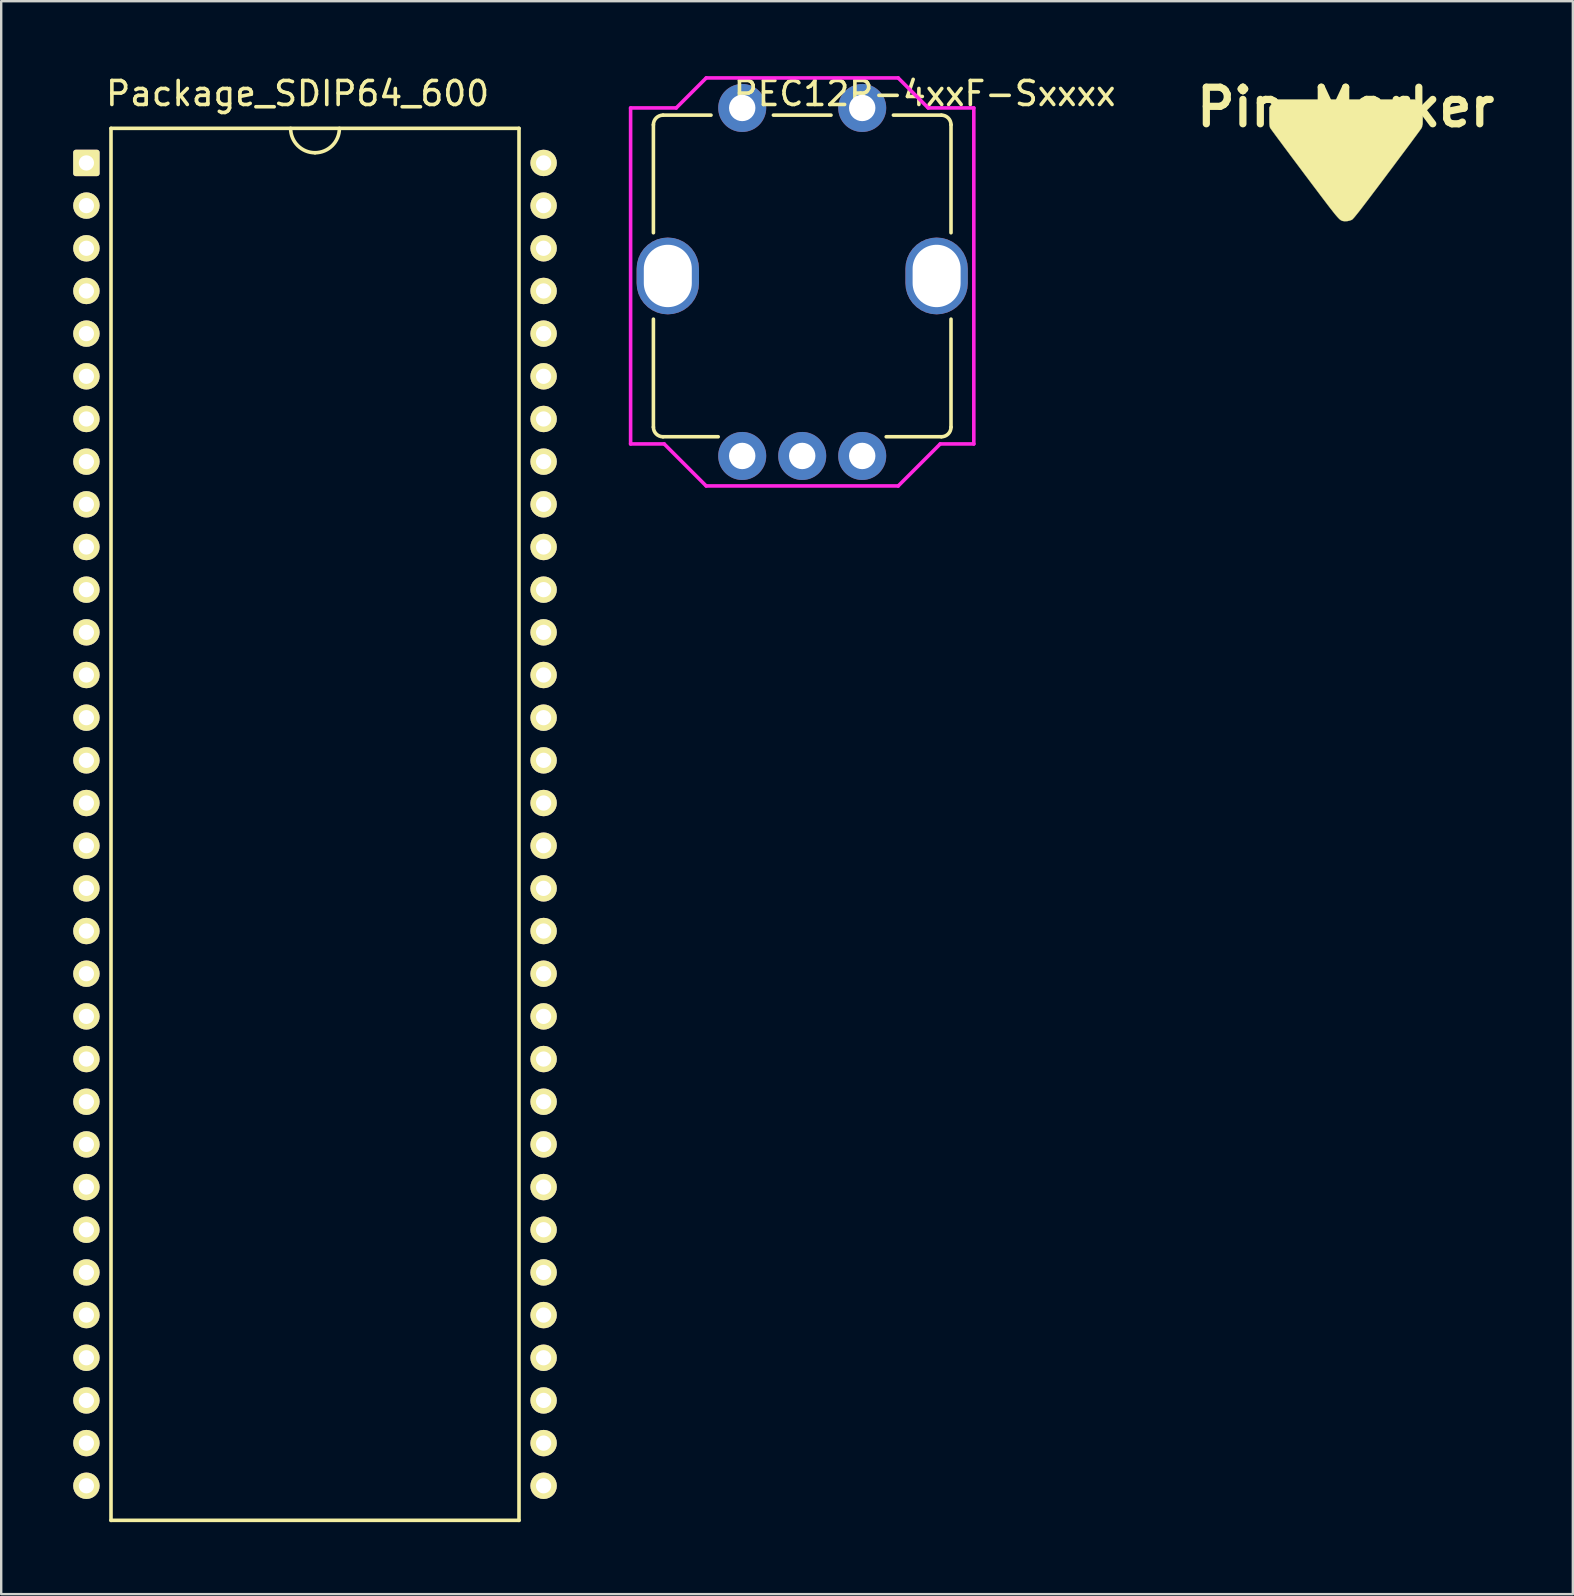
<source format=kicad_pcb>
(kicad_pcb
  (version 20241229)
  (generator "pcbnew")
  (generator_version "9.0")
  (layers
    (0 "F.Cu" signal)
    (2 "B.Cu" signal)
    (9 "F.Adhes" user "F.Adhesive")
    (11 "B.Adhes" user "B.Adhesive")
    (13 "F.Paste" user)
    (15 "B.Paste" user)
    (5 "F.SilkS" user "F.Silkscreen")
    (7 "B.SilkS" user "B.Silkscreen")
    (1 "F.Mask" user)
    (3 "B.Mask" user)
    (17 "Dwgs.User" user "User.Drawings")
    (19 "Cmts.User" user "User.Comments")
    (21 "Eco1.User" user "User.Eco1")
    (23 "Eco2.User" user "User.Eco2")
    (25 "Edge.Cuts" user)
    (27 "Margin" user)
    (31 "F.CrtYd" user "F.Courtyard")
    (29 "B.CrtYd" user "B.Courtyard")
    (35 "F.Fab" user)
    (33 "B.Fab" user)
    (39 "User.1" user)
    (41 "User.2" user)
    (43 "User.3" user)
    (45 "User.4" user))
  (footprint "Package_SDIP64_600"
    (layer "F.Cu")
    (at 10.075 31.298)
    (property "Reference" "Package_SDIP64_600" (at -8.8 -30.45 180) (layer "F.SilkS") (effects (font (size 1 1) (thickness 0.15)) (justify left)))
    (attr through_hole)
    (fp_line (start -8.5 -29) (end 8.5 -29) (stroke (width 0.15) (type solid)) (layer "F.SilkS"))
    (fp_line (start -8.5 29) (end -8.5 -29) (stroke (width 0.15) (type solid)) (layer "F.SilkS"))
    (fp_line (start 8.5 -29) (end 8.5 29) (stroke (width 0.15) (type solid)) (layer "F.SilkS"))
    (fp_line (start 8.5 29) (end -8.5 29) (stroke (width 0.15) (type solid)) (layer "F.SilkS"))
    (fp_arc (start 0 -27.984) (mid -0.71842 -28.28158) (end -1.016 -29) (stroke (width 0.15) (type solid)) (layer "F.SilkS"))
    (fp_arc (start 1.016 -29) (mid 0.71842 -28.28158) (end 0 -27.984) (stroke (width 0.15) (type solid)) (layer "F.SilkS"))
    (pad "1" thru_hole roundrect (at -9.525 -27.559 270) (size 1.1 1.1) (drill 0.635) (layers "*.Cu" "*.Mask" "F.SilkS") (roundrect_rratio 0.1))
    (pad "2" thru_hole circle (at -9.525 -25.781 270) (size 1.1 1.1) (drill 0.635) (layers "*.Cu" "*.Mask" "F.SilkS"))
    (pad "3" thru_hole circle (at -9.525 -24.003 270) (size 1.1 1.1) (drill 0.635) (layers "*.Cu" "*.Mask" "F.SilkS"))
    (pad "4" thru_hole circle (at -9.525 -22.225 270) (size 1.1 1.1) (drill 0.635) (layers "*.Cu" "*.Mask" "F.SilkS"))
    (pad "5" thru_hole circle (at -9.525 -20.447 270) (size 1.1 1.1) (drill 0.635) (layers "*.Cu" "*.Mask" "F.SilkS"))
    (pad "6" thru_hole circle (at -9.525 -18.669 270) (size 1.1 1.1) (drill 0.635) (layers "*.Cu" "*.Mask" "F.SilkS"))
    (pad "7" thru_hole circle (at -9.525 -16.891 270) (size 1.1 1.1) (drill 0.635) (layers "*.Cu" "*.Mask" "F.SilkS"))
    (pad "8" thru_hole circle (at -9.525 -15.113 270) (size 1.1 1.1) (drill 0.635) (layers "*.Cu" "*.Mask" "F.SilkS"))
    (pad "9" thru_hole circle (at -9.525 -13.335 270) (size 1.1 1.1) (drill 0.635) (layers "*.Cu" "*.Mask" "F.SilkS"))
    (pad "10" thru_hole circle (at -9.525 -11.557 270) (size 1.1 1.1) (drill 0.635) (layers "*.Cu" "*.Mask" "F.SilkS"))
    (pad "11" thru_hole circle (at -9.525 -9.779 270) (size 1.1 1.1) (drill 0.635) (layers "*.Cu" "*.Mask" "F.SilkS"))
    (pad "12" thru_hole circle (at -9.525 -8.001 270) (size 1.1 1.1) (drill 0.635) (layers "*.Cu" "*.Mask" "F.SilkS"))
    (pad "13" thru_hole circle (at -9.525 -6.223 270) (size 1.1 1.1) (drill 0.635) (layers "*.Cu" "*.Mask" "F.SilkS"))
    (pad "14" thru_hole circle (at -9.525 -4.445 270) (size 1.1 1.1) (drill 0.635) (layers "*.Cu" "*.Mask" "F.SilkS"))
    (pad "15" thru_hole circle (at -9.525 -2.667 270) (size 1.1 1.1) (drill 0.635) (layers "*.Cu" "*.Mask" "F.SilkS"))
    (pad "16" thru_hole circle (at -9.525 -0.889 270) (size 1.1 1.1) (drill 0.635) (layers "*.Cu" "*.Mask" "F.SilkS"))
    (pad "17" thru_hole circle (at -9.525 0.889 270) (size 1.1 1.1) (drill 0.635) (layers "*.Cu" "*.Mask" "F.SilkS"))
    (pad "18" thru_hole circle (at -9.525 2.667 270) (size 1.1 1.1) (drill 0.635) (layers "*.Cu" "*.Mask" "F.SilkS"))
    (pad "19" thru_hole circle (at -9.525 4.445 270) (size 1.1 1.1) (drill 0.635) (layers "*.Cu" "*.Mask" "F.SilkS"))
    (pad "20" thru_hole circle (at -9.525 6.223 270) (size 1.1 1.1) (drill 0.635) (layers "*.Cu" "*.Mask" "F.SilkS"))
    (pad "21" thru_hole circle (at -9.525 8.001 270) (size 1.1 1.1) (drill 0.635) (layers "*.Cu" "*.Mask" "F.SilkS"))
    (pad "22" thru_hole circle (at -9.525 9.779 270) (size 1.1 1.1) (drill 0.635) (layers "*.Cu" "*.Mask" "F.SilkS"))
    (pad "23" thru_hole circle (at -9.525 11.557 270) (size 1.1 1.1) (drill 0.635) (layers "*.Cu" "*.Mask" "F.SilkS"))
    (pad "24" thru_hole circle (at -9.525 13.335 270) (size 1.1 1.1) (drill 0.635) (layers "*.Cu" "*.Mask" "F.SilkS"))
    (pad "25" thru_hole circle (at -9.525 15.113 270) (size 1.1 1.1) (drill 0.635) (layers "*.Cu" "*.Mask" "F.SilkS"))
    (pad "26" thru_hole circle (at -9.525 16.891 270) (size 1.1 1.1) (drill 0.635) (layers "*.Cu" "*.Mask" "F.SilkS"))
    (pad "27" thru_hole circle (at -9.525 18.669 270) (size 1.1 1.1) (drill 0.635) (layers "*.Cu" "*.Mask" "F.SilkS"))
    (pad "28" thru_hole circle (at -9.525 20.447 270) (size 1.1 1.1) (drill 0.635) (layers "*.Cu" "*.Mask" "F.SilkS"))
    (pad "29" thru_hole circle (at -9.525 22.225 270) (size 1.1 1.1) (drill 0.635) (layers "*.Cu" "*.Mask" "F.SilkS"))
    (pad "30" thru_hole circle (at -9.525 24.003 270) (size 1.1 1.1) (drill 0.635) (layers "*.Cu" "*.Mask" "F.SilkS"))
    (pad "31" thru_hole circle (at -9.525 25.781 270) (size 1.1 1.1) (drill 0.635) (layers "*.Cu" "*.Mask" "F.SilkS"))
    (pad "32" thru_hole circle (at -9.525 27.559 270) (size 1.1 1.1) (drill 0.635) (layers "*.Cu" "*.Mask" "F.SilkS"))
    (pad "33" thru_hole circle (at 9.525 27.559 270) (size 1.1 1.1) (drill 0.635) (layers "*.Cu" "*.Mask" "F.SilkS"))
    (pad "34" thru_hole circle (at 9.525 25.781 270) (size 1.1 1.1) (drill 0.635) (layers "*.Cu" "*.Mask" "F.SilkS"))
    (pad "35" thru_hole circle (at 9.525 24.003 270) (size 1.1 1.1) (drill 0.635) (layers "*.Cu" "*.Mask" "F.SilkS"))
    (pad "36" thru_hole circle (at 9.525 22.225 270) (size 1.1 1.1) (drill 0.635) (layers "*.Cu" "*.Mask" "F.SilkS"))
    (pad "37" thru_hole circle (at 9.525 20.447 270) (size 1.1 1.1) (drill 0.635) (layers "*.Cu" "*.Mask" "F.SilkS"))
    (pad "38" thru_hole circle (at 9.525 18.669 270) (size 1.1 1.1) (drill 0.635) (layers "*.Cu" "*.Mask" "F.SilkS"))
    (pad "39" thru_hole circle (at 9.525 16.891 270) (size 1.1 1.1) (drill 0.635) (layers "*.Cu" "*.Mask" "F.SilkS"))
    (pad "40" thru_hole circle (at 9.525 15.113 270) (size 1.1 1.1) (drill 0.635) (layers "*.Cu" "*.Mask" "F.SilkS"))
    (pad "41" thru_hole circle (at 9.525 13.335 270) (size 1.1 1.1) (drill 0.635) (layers "*.Cu" "*.Mask" "F.SilkS"))
    (pad "42" thru_hole circle (at 9.525 11.557 270) (size 1.1 1.1) (drill 0.635) (layers "*.Cu" "*.Mask" "F.SilkS"))
    (pad "43" thru_hole circle (at 9.525 9.779 270) (size 1.1 1.1) (drill 0.635) (layers "*.Cu" "*.Mask" "F.SilkS"))
    (pad "44" thru_hole circle (at 9.525 8.001 270) (size 1.1 1.1) (drill 0.635) (layers "*.Cu" "*.Mask" "F.SilkS"))
    (pad "45" thru_hole circle (at 9.525 6.223 270) (size 1.1 1.1) (drill 0.635) (layers "*.Cu" "*.Mask" "F.SilkS"))
    (pad "46" thru_hole circle (at 9.525 4.445 270) (size 1.1 1.1) (drill 0.635) (layers "*.Cu" "*.Mask" "F.SilkS"))
    (pad "47" thru_hole circle (at 9.525 2.667 270) (size 1.1 1.1) (drill 0.635) (layers "*.Cu" "*.Mask" "F.SilkS"))
    (pad "48" thru_hole circle (at 9.525 0.889 270) (size 1.1 1.1) (drill 0.635) (layers "*.Cu" "*.Mask" "F.SilkS"))
    (pad "49" thru_hole circle (at 9.525 -0.889 270) (size 1.1 1.1) (drill 0.635) (layers "*.Cu" "*.Mask" "F.SilkS"))
    (pad "50" thru_hole circle (at 9.525 -2.667 270) (size 1.1 1.1) (drill 0.635) (layers "*.Cu" "*.Mask" "F.SilkS"))
    (pad "51" thru_hole circle (at 9.525 -4.445 270) (size 1.1 1.1) (drill 0.635) (layers "*.Cu" "*.Mask" "F.SilkS"))
    (pad "52" thru_hole circle (at 9.525 -6.223 270) (size 1.1 1.1) (drill 0.635) (layers "*.Cu" "*.Mask" "F.SilkS"))
    (pad "53" thru_hole circle (at 9.525 -8.001 270) (size 1.1 1.1) (drill 0.635) (layers "*.Cu" "*.Mask" "F.SilkS"))
    (pad "54" thru_hole circle (at 9.525 -9.779 270) (size 1.1 1.1) (drill 0.635) (layers "*.Cu" "*.Mask" "F.SilkS"))
    (pad "55" thru_hole circle (at 9.525 -11.557 270) (size 1.1 1.1) (drill 0.635) (layers "*.Cu" "*.Mask" "F.SilkS"))
    (pad "56" thru_hole circle (at 9.525 -13.335 270) (size 1.1 1.1) (drill 0.635) (layers "*.Cu" "*.Mask" "F.SilkS"))
    (pad "57" thru_hole circle (at 9.525 -15.113 270) (size 1.1 1.1) (drill 0.635) (layers "*.Cu" "*.Mask" "F.SilkS"))
    (pad "58" thru_hole circle (at 9.525 -16.891 270) (size 1.1 1.1) (drill 0.635) (layers "*.Cu" "*.Mask" "F.SilkS"))
    (pad "59" thru_hole circle (at 9.525 -18.669 270) (size 1.1 1.1) (drill 0.635) (layers "*.Cu" "*.Mask" "F.SilkS"))
    (pad "60" thru_hole circle (at 9.525 -20.447 270) (size 1.1 1.1) (drill 0.635) (layers "*.Cu" "*.Mask" "F.SilkS"))
    (pad "61" thru_hole circle (at 9.525 -22.225 270) (size 1.1 1.1) (drill 0.635) (layers "*.Cu" "*.Mask" "F.SilkS"))
    (pad "62" thru_hole circle (at 9.525 -24.003 270) (size 1.1 1.1) (drill 0.635) (layers "*.Cu" "*.Mask" "F.SilkS"))
    (pad "63" thru_hole circle (at 9.525 -25.781 270) (size 1.1 1.1) (drill 0.635) (layers "*.Cu" "*.Mask" "F.SilkS"))
    (pad "64" thru_hole circle (at 9.525 -27.559 270) (size 1.1 1.1) (drill 0.635) (layers "*.Cu" "*.Mask" "F.SilkS")))
  (footprint "Pin_Marker"
    (layer "F.Cu")
    (at 53.019 3.618)
    (property "Reference" "Pin_Marker" (at 0 -2.2 0) (layer "F.SilkS") (effects (font (size 1.524 1.524) (thickness 0.3))))
    (attr through_hole)
    (fp_poly (pts (xy 2.97 -2.461) (xy 3.07 -2.379) (xy 3.137 -2.294) (xy 3.201 -2.19) (xy 3.201 -1.798) (xy 3.201 -1.656) (xy 3.199 -1.549) (xy 3.195 -1.472) (xy 3.189 -1.416) (xy 3.18 -1.375) (xy 3.167 -1.343) (xy 3.162 -1.333) (xy 3.144 -1.307) (xy 3.103 -1.249) (xy 3.039 -1.162) (xy 2.956 -1.048) (xy 2.853 -0.91) (xy 2.734 -0.748) (xy 2.599 -0.567) (xy 2.451 -0.368) (xy 2.29 -0.154) (xy 2.12 0.074) (xy 1.941 0.314) (xy 1.755 0.561) (xy 1.734 0.59) (xy 1.511 0.887) (xy 1.312 1.152) (xy 1.135 1.386) (xy 0.979 1.592) (xy 0.843 1.772) (xy 0.725 1.926) (xy 0.624 2.058) (xy 0.538 2.168) (xy 0.466 2.258) (xy 0.407 2.331) (xy 0.36 2.388) (xy 0.322 2.43) (xy 0.292 2.461) (xy 0.27 2.481) (xy 0.256 2.49) (xy 0.168 2.525) (xy 0.062 2.546) (xy -0.043 2.551) (xy -0.129 2.538) (xy -0.13 2.538) (xy -0.155 2.529) (xy -0.18 2.518) (xy -0.206 2.503) (xy -0.235 2.482) (xy -0.268 2.453) (xy -0.306 2.414) (xy -0.352 2.364) (xy -0.407 2.301) (xy -0.472 2.222) (xy -0.548 2.126) (xy -0.639 2.01) (xy -0.744 1.874) (xy -0.865 1.714) (xy -1.005 1.53) (xy -1.164 1.319) (xy -1.345 1.079) (xy -1.548 0.809) (xy -1.713 0.589) (xy -1.899 0.34) (xy -2.079 0.1) (xy -2.251 -0.129) (xy -2.412 -0.345) (xy -2.562 -0.546) (xy -2.698 -0.73) (xy -2.82 -0.893) (xy -2.924 -1.034) (xy -3.01 -1.151) (xy -3.076 -1.241) (xy -3.12 -1.303) (xy -3.141 -1.333) (xy -3.141 -1.334) (xy -3.155 -1.364) (xy -3.166 -1.401) (xy -3.173 -1.451) (xy -3.177 -1.522) (xy -3.179 -1.618) (xy -3.18 -1.748) (xy -3.18 -1.798) (xy -3.18 -2.19) (xy -3.116 -2.294) (xy -3.035 -2.394) (xy -2.949 -2.461) (xy -2.845 -2.525) (xy 2.867 -2.525) (xy 2.97 -2.461)) (stroke (width 0.01) (type solid)) (fill yes) (layer "F.SilkS")))
  (footprint "PEC12R-4xxF-Sxxxx"
    (layer "F.Cu")
    (at 30.375 8.448)
    (property "Reference" "PEC12R-4xxF-Sxxxx" (at 5.1 -7.6 0) (layer "F.SilkS") (effects (font (size 1 1) (thickness 0.15))))
    (attr through_hole)
    (fp_line (start -6.2 -1.8) (end -6.2 -6.3) (stroke (width 0.15) (type solid)) (layer "F.SilkS"))
    (fp_line (start -6.2 6.3) (end -6.2 1.8) (stroke (width 0.15) (type solid)) (layer "F.SilkS"))
    (fp_line (start -5.8 -6.7) (end -3.8 -6.7) (stroke (width 0.15) (type solid)) (layer "F.SilkS"))
    (fp_line (start -3.5 6.7) (end -5.8 6.7) (stroke (width 0.15) (type solid)) (layer "F.SilkS"))
    (fp_line (start -1.2 -6.7) (end 1.2 -6.7) (stroke (width 0.15) (type solid)) (layer "F.SilkS"))
    (fp_line (start 3.8 -6.7) (end 5.8 -6.7) (stroke (width 0.15) (type solid)) (layer "F.SilkS"))
    (fp_line (start 5.8 6.7) (end 3.5 6.7) (stroke (width 0.15) (type solid)) (layer "F.SilkS"))
    (fp_line (start 6.2 -6.3) (end 6.2 -1.8) (stroke (width 0.15) (type solid)) (layer "F.SilkS"))
    (fp_line (start 6.2 1.8) (end 6.2 6.3) (stroke (width 0.15) (type solid)) (layer "F.SilkS"))
    (fp_arc (start -6.2 -6.3) (mid -6.082843 -6.582843) (end -5.8 -6.7) (stroke (width 0.15) (type solid)) (layer "F.SilkS"))
    (fp_arc (start -5.8 6.7) (mid -6.082843 6.582843) (end -6.2 6.3) (stroke (width 0.15) (type solid)) (layer "F.SilkS"))
    (fp_arc (start 5.8 -6.7) (mid 6.082843 -6.582843) (end 6.2 -6.3) (stroke (width 0.15) (type solid)) (layer "F.SilkS"))
    (fp_arc (start 6.2 6.3) (mid 6.082843 6.582843) (end 5.8 6.7) (stroke (width 0.15) (type solid)) (layer "F.SilkS"))
    (fp_line (start -7.15 7) (end -7.15 -7) (stroke (width 0.15) (type solid)) (layer "F.CrtYd"))
    (fp_line (start -5.75 7) (end -7.15 7) (stroke (width 0.15) (type solid)) (layer "F.CrtYd"))
    (fp_line (start -5.25 -7) (end -7.15 -7) (stroke (width 0.15) (type solid)) (layer "F.CrtYd"))
    (fp_line (start -4 -8.25) (end -5.25 -7) (stroke (width 0.15) (type solid)) (layer "F.CrtYd"))
    (fp_line (start -4 -8.25) (end 4 -8.25) (stroke (width 0.15) (type solid)) (layer "F.CrtYd"))
    (fp_line (start -4 8.75) (end -5.75 7) (stroke (width 0.15) (type solid)) (layer "F.CrtYd"))
    (fp_line (start -4 8.75) (end 4 8.75) (stroke (width 0.15) (type solid)) (layer "F.CrtYd"))
    (fp_line (start 4 -8.25) (end 5.25 -7) (stroke (width 0.15) (type solid)) (layer "F.CrtYd"))
    (fp_line (start 4 8.75) (end 5.75 7) (stroke (width 0.15) (type solid)) (layer "F.CrtYd"))
    (fp_line (start 5.25 -7) (end 7.15 -7) (stroke (width 0.15) (type solid)) (layer "F.CrtYd"))
    (fp_line (start 5.75 7) (end 7.15 7) (stroke (width 0.15) (type solid)) (layer "F.CrtYd"))
    (fp_line (start 7.15 7) (end 7.15 -7) (stroke (width 0.15) (type solid)) (layer "F.CrtYd"))
    (pad "" np_thru_hole roundrect (at -5.6 0) (size 2.6 3.2) (drill oval 2 2.6) (layers "*.Cu" "*.Mask") (roundrect_rratio 0.5))
    (pad "" np_thru_hole roundrect (at 5.6 0) (size 2.6 3.2) (drill oval 2 2.6) (layers "*.Cu" "*.Mask") (roundrect_rratio 0.5))
    (pad "1" thru_hole circle (at -2.5 -7) (size 2 2) (drill 1.1) (layers "*.Cu" "*.Mask"))
    (pad "2" thru_hole circle (at 2.5 -7) (size 2 2) (drill 1.1) (layers "*.Cu" "*.Mask"))
    (pad "3" thru_hole circle (at -2.5 7.5) (size 2 2) (drill 1.1) (layers "*.Cu" "*.Mask"))
    (pad "4" thru_hole circle (at 0 7.5) (size 2 2) (drill 1.1) (layers "*.Cu" "*.Mask"))
    (pad "5" thru_hole circle (at 2.5 7.5) (size 2 2) (drill 1.1) (layers "*.Cu" "*.Mask")))
  (gr_rect
    (start -3 -3)
    (end 62.485 63.373)
    (stroke (width 0.1) (type default))
    (fill no)
    (layer "Edge.Cuts")))
</source>
